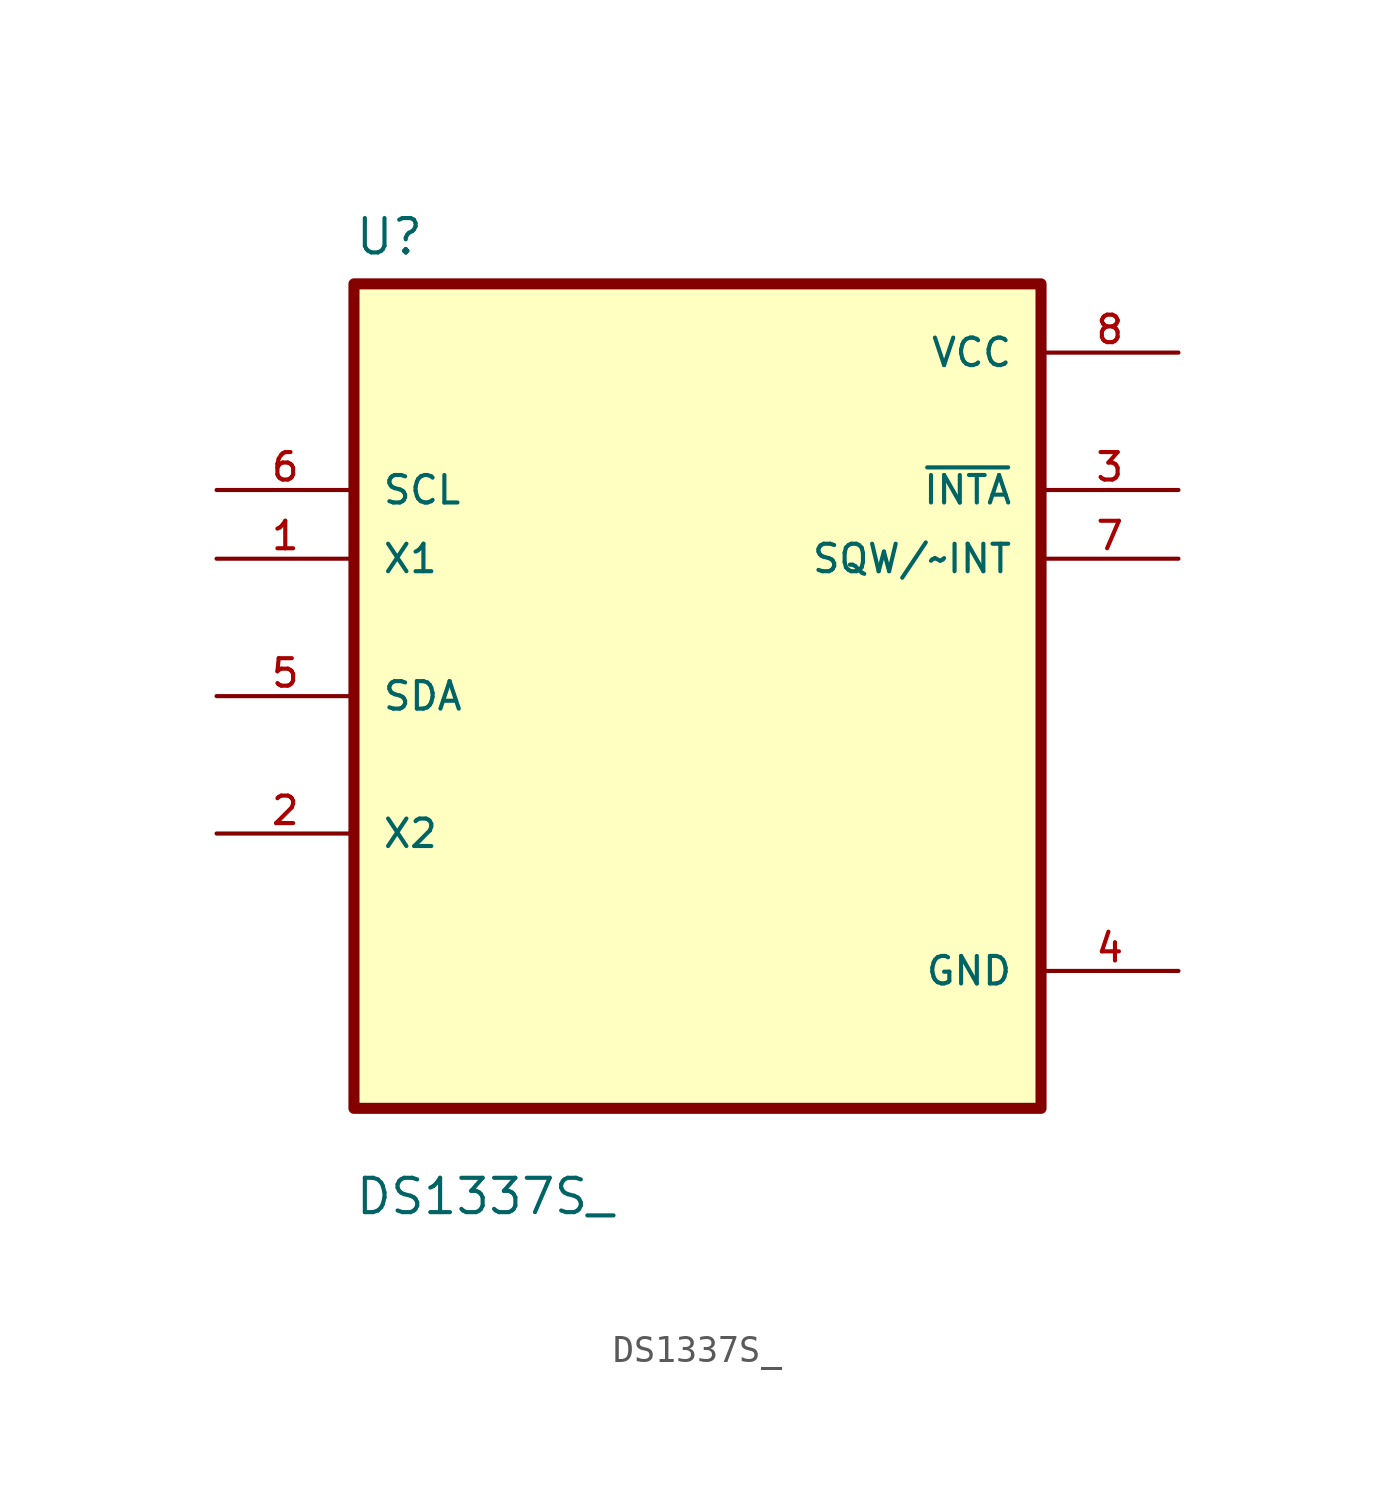
<source format=kicad_sym>
(kicad_symbol_lib
  (version 20241209)
  (generator "kicad_symbol_editor")
  (generator_version "9.0")
  (symbol "DS1337S_"
    (pin_names
      (offset 1.016))
    (property "Reference" "U"
      (at -12.7 16.24 0)
      (effects (font (size 1.27 1.27)) (justify left bottom)))
    (property "Value" "DS1337S_"
      (at -12.7 -19.24 0)
      (effects (font (size 1.27 1.27)) (justify left bottom)))
    (symbol "DS1337S__0_0"
      (rectangle (start -12.7 15.24) (end 12.7 -15.24) (stroke (width 0.41) (type default)) (fill (type background)))
      (pin input line (at -17.78 7.62 0) (length 5.08) (name "SCL" (effects (font (size 1.016 1.016)))) (number "6" (effects (font (size 1.016 1.016)))))
      (pin input line (at -17.78 5.08 0) (length 5.08) (name "X1" (effects (font (size 1.016 1.016)))) (number "1" (effects (font (size 1.016 1.016)))))
      (pin bidirectional line (at -17.78 0 0) (length 5.08) (name "SDA" (effects (font (size 1.016 1.016)))) (number "5" (effects (font (size 1.016 1.016)))))
      (pin bidirectional line (at -17.78 -5.08 0) (length 5.08) (name "X2" (effects (font (size 1.016 1.016)))) (number "2" (effects (font (size 1.016 1.016)))))
      (pin power_in line (at 17.78 12.7 180) (length 5.08) (name "VCC" (effects (font (size 1.016 1.016)))) (number "8" (effects (font (size 1.016 1.016)))))
      (pin output line (at 17.78 7.62 180) (length 5.08) (name "~{INTA}" (effects (font (size 1.016 1.016)))) (number "3" (effects (font (size 1.016 1.016)))))
      (pin output line (at 17.78 5.08 180) (length 5.08) (name "SQW/~INT" (effects (font (size 1.016 1.016)))) (number "7" (effects (font (size 1.016 1.016)))))
      (pin power_in line (at 17.78 -10.16 180) (length 5.08) (name "GND" (effects (font (size 1.016 1.016)))) (number "4" (effects (font (size 1.016 1.016))))))))
</source>
